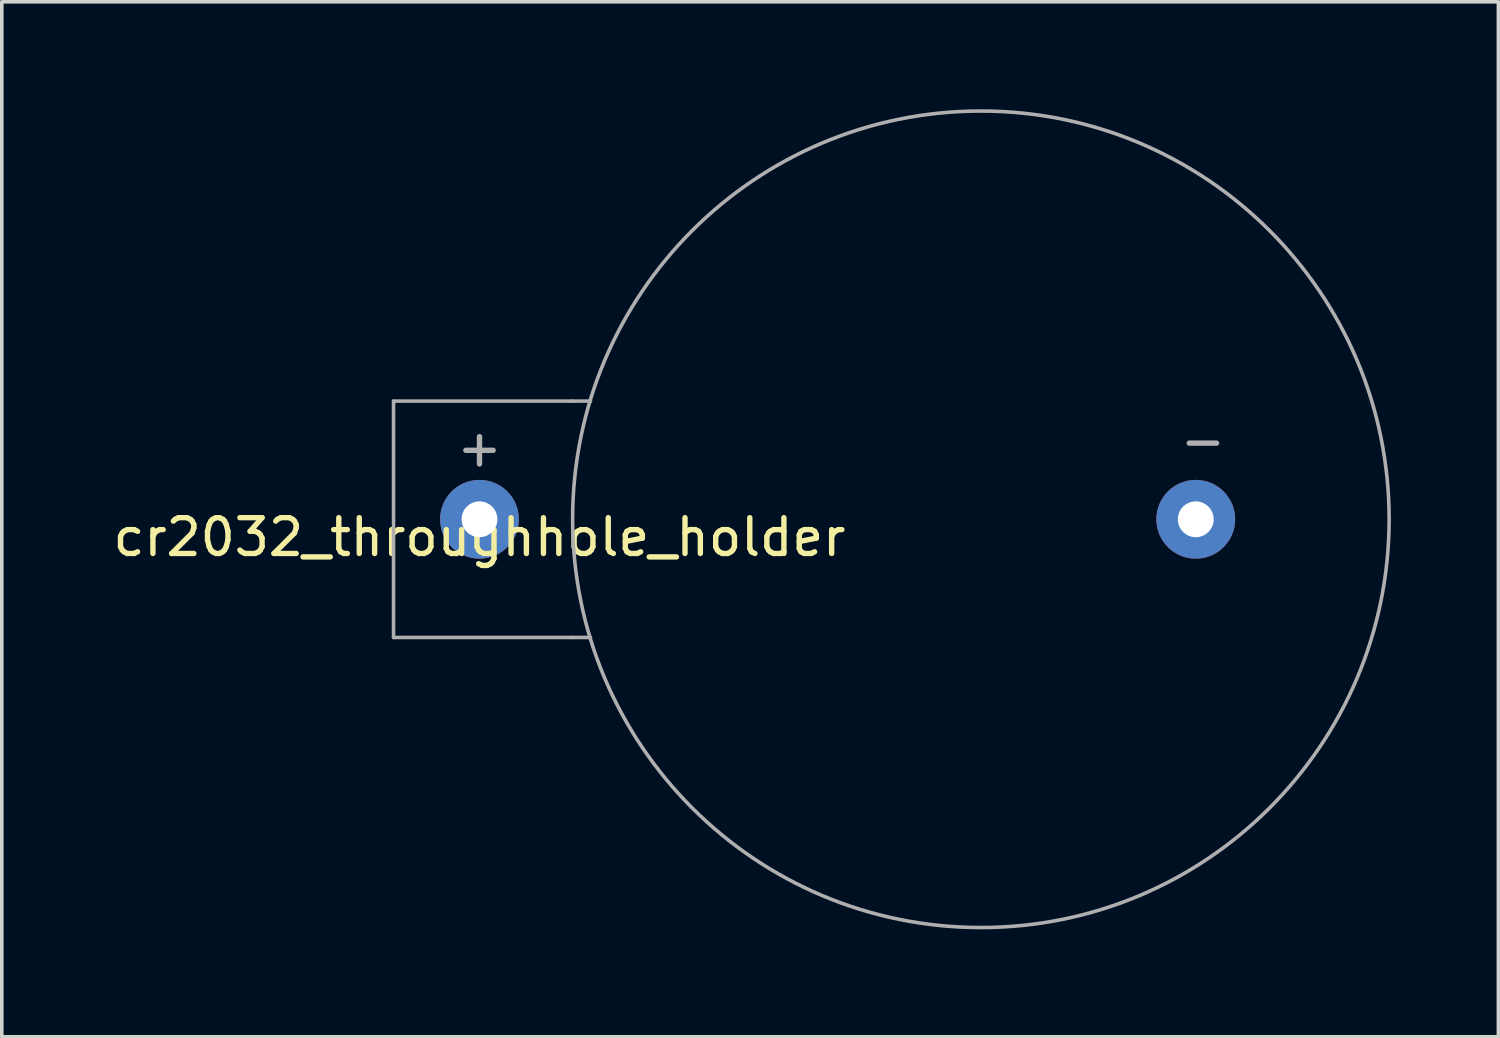
<source format=kicad_pcb>
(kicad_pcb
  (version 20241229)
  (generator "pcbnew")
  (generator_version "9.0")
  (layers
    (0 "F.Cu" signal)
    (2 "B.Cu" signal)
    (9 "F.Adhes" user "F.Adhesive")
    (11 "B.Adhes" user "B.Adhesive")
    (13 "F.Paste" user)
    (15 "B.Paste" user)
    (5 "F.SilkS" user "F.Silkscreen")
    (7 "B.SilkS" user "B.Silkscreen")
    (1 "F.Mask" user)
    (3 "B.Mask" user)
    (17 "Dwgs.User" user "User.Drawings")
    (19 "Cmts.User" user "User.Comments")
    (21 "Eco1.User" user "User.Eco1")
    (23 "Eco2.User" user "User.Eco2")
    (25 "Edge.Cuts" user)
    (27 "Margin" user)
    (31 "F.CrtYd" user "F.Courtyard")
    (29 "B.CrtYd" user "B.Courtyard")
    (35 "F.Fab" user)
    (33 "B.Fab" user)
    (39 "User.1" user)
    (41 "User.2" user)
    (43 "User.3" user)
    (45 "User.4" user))
  (footprint "cr2032_throughhole_holder"
    (layer "F.Cu")
    (at 10.339 11.45)
    (property "Reference" "cr2032_throughhole_holder" (at 0 0.5 0) (layer "F.SilkS") (effects (font (size 1 1) (thickness 0.15))))
    (attr through_hole)
    (fp_line (start -2.4 -3.3) (end -2.4 3.3) (stroke (width 0.1) (type solid)) (layer "F.Fab"))
    (fp_line (start -2.4 -3.3) (end 2.6 -3.3) (stroke (width 0.1) (type solid)) (layer "F.Fab"))
    (fp_line (start -2.4 3.3) (end 2.6 3.3) (stroke (width 0.1) (type solid)) (layer "F.Fab"))
    (fp_line (start 2.6 -3.3) (end 3.1 -3.3) (stroke (width 0.1) (type solid)) (layer "F.Fab"))
    (fp_line (start 2.6 3.3) (end 3.1 3.3) (stroke (width 0.1) (type solid)) (layer "F.Fab"))
    (fp_circle (center 14 0) (end 25.4 0) (stroke (width 0.1) (type solid)) (fill no) (layer "F.Fab"))
    (fp_text user "+" (at 0 -2 0) (layer "F.Fab") (effects (font (size 1 1) (thickness 0.15))))
    (fp_text user "-" (at 20.2 -2.2 0) (layer "F.Fab") (effects (font (size 1 1) (thickness 0.15))))
    (pad "" smd circle (at 14 0) (size 3.25 3.25) (layers "F.Mask" "F.Paste"))
    (pad "1" thru_hole circle (at 0 0) (size 2.2 2.2) (drill 1) (layers "*.Cu" "*.Mask"))
    (pad "2" thru_hole circle (at 20 0) (size 2.2 2.2) (drill 1) (layers "*.Cu" "*.Mask")))
  (gr_rect
    (start -3 -3)
    (end 38.789 25.9)
    (stroke (width 0.1) (type default))
    (fill no)
    (layer "Edge.Cuts")))
</source>
